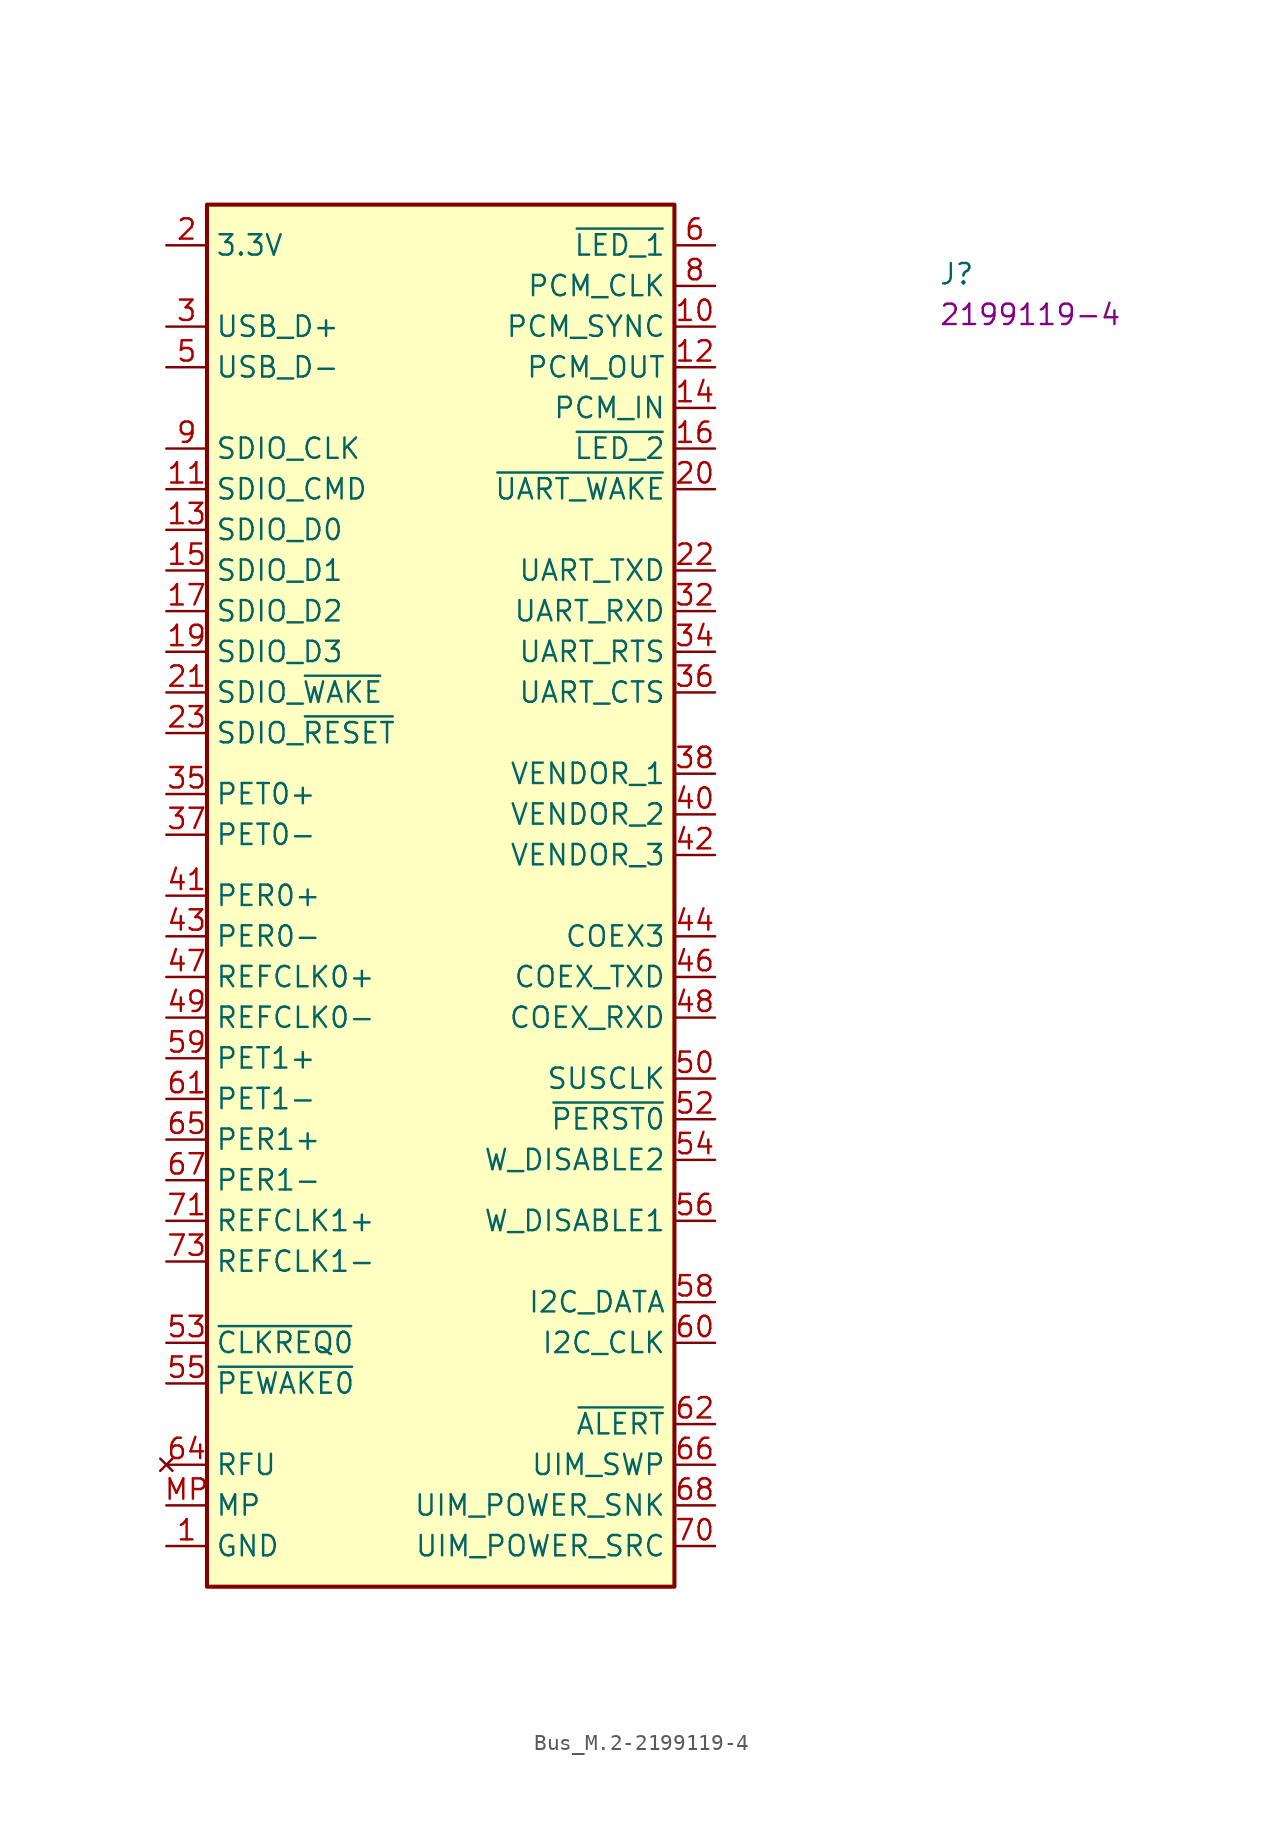
<source format=kicad_sym>
(kicad_symbol_lib
  (version 20220914)
  (generator kicad_symbol_editor)
  (symbol "Bus_M.2-2199119-4"
    (property "Reference" "J"
      (at 48.26 -2.54 0)
      (effects (font (size 1.27 1.27) (thickness 0.15)) (justify left bottom)))
    (property "MPN" "2199119-4"
      (at 48.26 -5.08 0)
      (effects (font (size 1.27 1.27) (thickness 0.15)) (justify left bottom)))
    (symbol "Bus_M.2-2199119-4_1_1"
      (rectangle (start 2.54 2.54) (end 31.75 -83.82) (stroke (width 0.254) (type default)) (fill (type background)))
      (pin power_in line (at 0 -81.28 0) (length 2.54) (name "GND" (effects (font (size 1.27 1.27)))) (number "1" (effects (font (size 1.27 1.27)))))
      (pin bidirectional line (at 34.29 -5.08 180) (length 2.54) (name "PCM_SYNC" (effects (font (size 1.27 1.27)))) (number "10" (effects (font (size 1.27 1.27)))))
      (pin bidirectional line (at 0 -15.24 0) (length 2.54) (name "SDIO_CMD" (effects (font (size 1.27 1.27)))) (number "11" (effects (font (size 1.27 1.27)))))
      (pin bidirectional line (at 34.29 -7.62 180) (length 2.54) (name "PCM_OUT" (effects (font (size 1.27 1.27)))) (number "12" (effects (font (size 1.27 1.27)))))
      (pin bidirectional line (at 0 -17.78 0) (length 2.54) (name "SDIO_D0" (effects (font (size 1.27 1.27)))) (number "13" (effects (font (size 1.27 1.27)))))
      (pin bidirectional line (at 34.29 -10.16 180) (length 2.54) (name "PCM_IN" (effects (font (size 1.27 1.27)))) (number "14" (effects (font (size 1.27 1.27)))))
      (pin bidirectional line (at 0 -20.32 0) (length 2.54) (name "SDIO_D1" (effects (font (size 1.27 1.27)))) (number "15" (effects (font (size 1.27 1.27)))))
      (pin output line (at 34.29 -12.7 180) (length 2.54) (name "~{LED_2}" (effects (font (size 1.27 1.27)))) (number "16" (effects (font (size 1.27 1.27)))))
      (pin bidirectional line (at 0 -22.86 0) (length 2.54) (name "SDIO_D2" (effects (font (size 1.27 1.27)))) (number "17" (effects (font (size 1.27 1.27)))))
      (pin passive line (at 0 -81.28 0) (length 2.54) hide (name "GND" (effects (font (size 1.27 1.27)))) (number "18" (effects (font (size 1.27 1.27)))))
      (pin bidirectional line (at 0 -25.4 0) (length 2.54) (name "SDIO_D3" (effects (font (size 1.27 1.27)))) (number "19" (effects (font (size 1.27 1.27)))))
      (pin power_in line (at 0 0 0) (length 2.54) (name "3.3V" (effects (font (size 1.27 1.27)))) (number "2" (effects (font (size 1.27 1.27)))))
      (pin output line (at 34.29 -15.24 180) (length 2.54) (name "~{UART_WAKE}" (effects (font (size 1.27 1.27)))) (number "20" (effects (font (size 1.27 1.27)))))
      (pin bidirectional line (at 0 -27.94 0) (length 2.54) (name "SDIO_~{WAKE}" (effects (font (size 1.27 1.27)))) (number "21" (effects (font (size 1.27 1.27)))))
      (pin bidirectional line (at 34.29 -20.32 180) (length 2.54) (name "UART_TXD" (effects (font (size 1.27 1.27)))) (number "22" (effects (font (size 1.27 1.27)))))
      (pin input line (at 0 -30.48 0) (length 2.54) (name "SDIO_~{RESET}" (effects (font (size 1.27 1.27)))) (number "23" (effects (font (size 1.27 1.27)))))
      (pin bidirectional line (at 0 -5.08 0) (length 2.54) (name "USB_D+" (effects (font (size 1.27 1.27)))) (number "3" (effects (font (size 1.27 1.27)))))
      (pin bidirectional line (at 34.29 -22.86 180) (length 2.54) (name "UART_RXD" (effects (font (size 1.27 1.27)))) (number "32" (effects (font (size 1.27 1.27)))))
      (pin passive line (at 0 -81.28 0) (length 2.54) hide (name "GND" (effects (font (size 1.27 1.27)))) (number "33" (effects (font (size 1.27 1.27)))))
      (pin bidirectional line (at 34.29 -25.4 180) (length 2.54) (name "UART_RTS" (effects (font (size 1.27 1.27)))) (number "34" (effects (font (size 1.27 1.27)))))
      (pin input line (at 0 -34.29 0) (length 2.54) (name "PET0+" (effects (font (size 1.27 1.27)))) (number "35" (effects (font (size 1.27 1.27)))))
      (pin bidirectional line (at 34.29 -27.94 180) (length 2.54) (name "UART_CTS" (effects (font (size 1.27 1.27)))) (number "36" (effects (font (size 1.27 1.27)))))
      (pin input line (at 0 -36.83 0) (length 2.54) (name "PET0-" (effects (font (size 1.27 1.27)))) (number "37" (effects (font (size 1.27 1.27)))))
      (pin bidirectional line (at 34.29 -33.02 180) (length 2.54) (name "VENDOR_1" (effects (font (size 1.27 1.27)))) (number "38" (effects (font (size 1.27 1.27)))))
      (pin passive line (at 0 -81.28 0) (length 2.54) hide (name "GND" (effects (font (size 1.27 1.27)))) (number "39" (effects (font (size 1.27 1.27)))))
      (pin passive line (at 0 0 0) (length 2.54) hide (name "3.3V" (effects (font (size 1.27 1.27)))) (number "4" (effects (font (size 1.27 1.27)))))
      (pin bidirectional line (at 34.29 -35.56 180) (length 2.54) (name "VENDOR_2" (effects (font (size 1.27 1.27)))) (number "40" (effects (font (size 1.27 1.27)))))
      (pin output line (at 0 -40.64 0) (length 2.54) (name "PER0+" (effects (font (size 1.27 1.27)))) (number "41" (effects (font (size 1.27 1.27)))))
      (pin bidirectional line (at 34.29 -38.1 180) (length 2.54) (name "VENDOR_3" (effects (font (size 1.27 1.27)))) (number "42" (effects (font (size 1.27 1.27)))))
      (pin output line (at 0 -43.18 0) (length 2.54) (name "PER0-" (effects (font (size 1.27 1.27)))) (number "43" (effects (font (size 1.27 1.27)))))
      (pin bidirectional line (at 34.29 -43.18 180) (length 2.54) (name "COEX3" (effects (font (size 1.27 1.27)))) (number "44" (effects (font (size 1.27 1.27)))))
      (pin passive line (at 0 -81.28 0) (length 2.54) hide (name "GND" (effects (font (size 1.27 1.27)))) (number "45" (effects (font (size 1.27 1.27)))))
      (pin bidirectional line (at 34.29 -45.72 180) (length 2.54) (name "COEX_TXD" (effects (font (size 1.27 1.27)))) (number "46" (effects (font (size 1.27 1.27)))))
      (pin input line (at 0 -45.72 0) (length 2.54) (name "REFCLK0+" (effects (font (size 1.27 1.27)))) (number "47" (effects (font (size 1.27 1.27)))))
      (pin bidirectional line (at 34.29 -48.26 180) (length 2.54) (name "COEX_RXD" (effects (font (size 1.27 1.27)))) (number "48" (effects (font (size 1.27 1.27)))))
      (pin input line (at 0 -48.26 0) (length 2.54) (name "REFCLK0-" (effects (font (size 1.27 1.27)))) (number "49" (effects (font (size 1.27 1.27)))))
      (pin bidirectional line (at 0 -7.62 0) (length 2.54) (name "USB_D-" (effects (font (size 1.27 1.27)))) (number "5" (effects (font (size 1.27 1.27)))))
      (pin input line (at 34.29 -52.07 180) (length 2.54) (name "SUSCLK" (effects (font (size 1.27 1.27)))) (number "50" (effects (font (size 1.27 1.27)))))
      (pin passive line (at 0 -81.28 0) (length 2.54) hide (name "GND" (effects (font (size 1.27 1.27)))) (number "51" (effects (font (size 1.27 1.27)))))
      (pin input line (at 34.29 -54.61 180) (length 2.54) (name "~{PERST0}" (effects (font (size 1.27 1.27)))) (number "52" (effects (font (size 1.27 1.27)))))
      (pin output line (at 0 -68.58 0) (length 2.54) (name "~{CLKREQ0}" (effects (font (size 1.27 1.27)))) (number "53" (effects (font (size 1.27 1.27)))))
      (pin input line (at 34.29 -57.15 180) (length 2.54) (name "W_DISABLE2" (effects (font (size 1.27 1.27)))) (number "54" (effects (font (size 1.27 1.27)))))
      (pin output line (at 0 -71.12 0) (length 2.54) (name "~{PEWAKE0}" (effects (font (size 1.27 1.27)))) (number "55" (effects (font (size 1.27 1.27)))))
      (pin input line (at 34.29 -60.96 180) (length 2.54) (name "W_DISABLE1" (effects (font (size 1.27 1.27)))) (number "56" (effects (font (size 1.27 1.27)))))
      (pin passive line (at 0 -81.28 0) (length 2.54) hide (name "GND" (effects (font (size 1.27 1.27)))) (number "57" (effects (font (size 1.27 1.27)))))
      (pin bidirectional line (at 34.29 -66.04 180) (length 2.54) (name "I2C_DATA" (effects (font (size 1.27 1.27)))) (number "58" (effects (font (size 1.27 1.27)))))
      (pin input line (at 0 -50.8 0) (length 2.54) (name "PET1+" (effects (font (size 1.27 1.27)))) (number "59" (effects (font (size 1.27 1.27)))))
      (pin output line (at 34.29 0 180) (length 2.54) (name "~{LED_1}" (effects (font (size 1.27 1.27)))) (number "6" (effects (font (size 1.27 1.27)))))
      (pin bidirectional line (at 34.29 -68.58 180) (length 2.54) (name "I2C_CLK" (effects (font (size 1.27 1.27)))) (number "60" (effects (font (size 1.27 1.27)))))
      (pin input line (at 0 -53.34 0) (length 2.54) (name "PET1-" (effects (font (size 1.27 1.27)))) (number "61" (effects (font (size 1.27 1.27)))))
      (pin output line (at 34.29 -73.66 180) (length 2.54) (name "~{ALERT}" (effects (font (size 1.27 1.27)))) (number "62" (effects (font (size 1.27 1.27)))))
      (pin passive line (at 0 -81.28 0) (length 2.54) hide (name "GND" (effects (font (size 1.27 1.27)))) (number "63" (effects (font (size 1.27 1.27)))))
      (pin no_connect line (at 0 -76.2 0) (length 2.54) (name "RFU" (effects (font (size 1.27 1.27)))) (number "64" (effects (font (size 1.27 1.27)))))
      (pin output line (at 0 -55.88 0) (length 2.54) (name "PER1+" (effects (font (size 1.27 1.27)))) (number "65" (effects (font (size 1.27 1.27)))))
      (pin bidirectional line (at 34.29 -76.2 180) (length 2.54) (name "UIM_SWP" (effects (font (size 1.27 1.27)))) (number "66" (effects (font (size 1.27 1.27)))))
      (pin output line (at 0 -58.42 0) (length 2.54) (name "PER1-" (effects (font (size 1.27 1.27)))) (number "67" (effects (font (size 1.27 1.27)))))
      (pin bidirectional line (at 34.29 -78.74 180) (length 2.54) (name "UIM_POWER_SNK" (effects (font (size 1.27 1.27)))) (number "68" (effects (font (size 1.27 1.27)))))
      (pin passive line (at 0 -81.28 0) (length 2.54) hide (name "GND" (effects (font (size 1.27 1.27)))) (number "69" (effects (font (size 1.27 1.27)))))
      (pin passive line (at 0 -81.28 0) (length 2.54) hide (name "GND" (effects (font (size 1.27 1.27)))) (number "7" (effects (font (size 1.27 1.27)))))
      (pin bidirectional line (at 34.29 -81.28 180) (length 2.54) (name "UIM_POWER_SRC" (effects (font (size 1.27 1.27)))) (number "70" (effects (font (size 1.27 1.27)))))
      (pin input line (at 0 -60.96 0) (length 2.54) (name "REFCLK1+" (effects (font (size 1.27 1.27)))) (number "71" (effects (font (size 1.27 1.27)))))
      (pin passive line (at 0 0 0) (length 2.54) hide (name "3.3V" (effects (font (size 1.27 1.27)))) (number "72" (effects (font (size 1.27 1.27)))))
      (pin input line (at 0 -63.5 0) (length 2.54) (name "REFCLK1-" (effects (font (size 1.27 1.27)))) (number "73" (effects (font (size 1.27 1.27)))))
      (pin passive line (at 0 0 0) (length 2.54) hide (name "3.3V" (effects (font (size 1.27 1.27)))) (number "74" (effects (font (size 1.27 1.27)))))
      (pin passive line (at 0 -81.28 0) (length 2.54) hide (name "GND" (effects (font (size 1.27 1.27)))) (number "75" (effects (font (size 1.27 1.27)))))
      (pin bidirectional line (at 34.29 -2.54 180) (length 2.54) (name "PCM_CLK" (effects (font (size 1.27 1.27)))) (number "8" (effects (font (size 1.27 1.27)))))
      (pin input line (at 0 -12.7 0) (length 2.54) (name "SDIO_CLK" (effects (font (size 1.27 1.27)))) (number "9" (effects (font (size 1.27 1.27)))))
      (pin passive line (at 0 -78.74 0) (length 2.54) (name "MP" (effects (font (size 1.27 1.27)))) (number "MP" (effects (font (size 1.27 1.27))))))))
</source>
